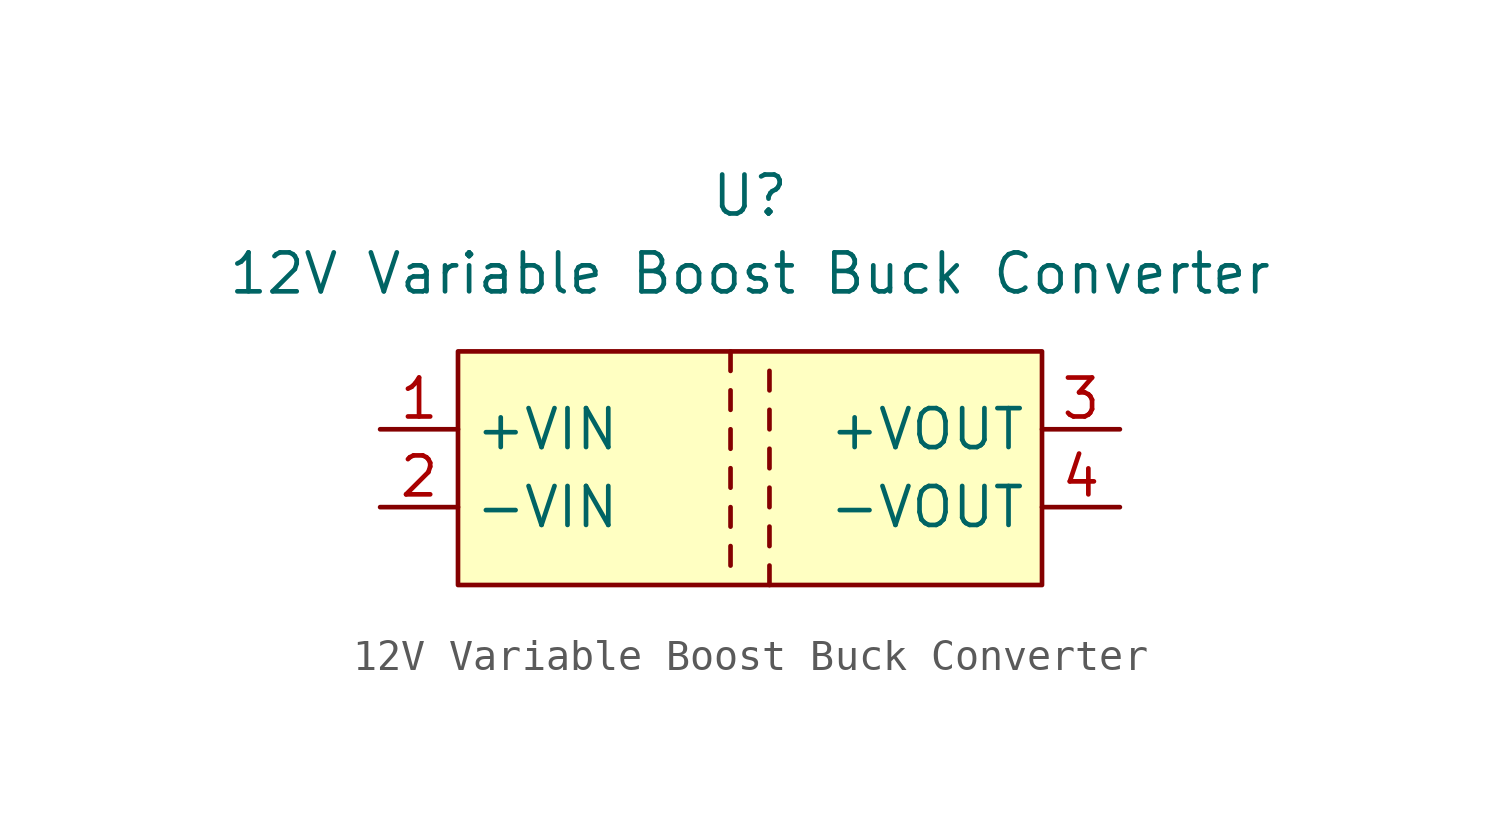
<source format=kicad_sym>
(kicad_symbol_lib
  (version 20220914)
  (generator kicad_symbol_editor)
  (symbol "12V Variable Boost Buck Converter"
    (property "Reference" "U"
      (at 0 5.08 0)
      (effects (font (size 1.27 1.27))))
    (property "Value" "12V Variable Boost Buck Converter"
      (at 0 2.54 0)
      (effects (font (size 1.27 1.27))))
    (symbol "12V Variable Boost Buck Converter_0_1"
      (rectangle (start -9.525 0) (end 9.525 -7.62) (stroke (width 0.152) (type default)) (fill (type background)))
      (polyline (pts (xy -0.635 -6.35) (xy -0.635 -6.985)) (stroke (width 0.152) (type default)) (fill (type none)))
      (polyline (pts (xy -0.635 -5.08) (xy -0.635 -5.715)) (stroke (width 0.152) (type default)) (fill (type none)))
      (polyline (pts (xy -0.635 -3.81) (xy -0.635 -4.445)) (stroke (width 0.152) (type default)) (fill (type none)))
      (polyline (pts (xy -0.635 -2.54) (xy -0.635 -3.175)) (stroke (width 0.152) (type default)) (fill (type none)))
      (polyline (pts (xy -0.635 -1.27) (xy -0.635 -1.905)) (stroke (width 0.152) (type default)) (fill (type none)))
      (polyline (pts (xy -0.635 0) (xy -0.635 -0.635)) (stroke (width 0.152) (type default)) (fill (type none)))
      (polyline (pts (xy 0.635 -6.985) (xy 0.635 -7.62)) (stroke (width 0.152) (type default)) (fill (type none)))
      (polyline (pts (xy 0.635 -5.715) (xy 0.635 -6.35)) (stroke (width 0.152) (type default)) (fill (type none)))
      (polyline (pts (xy 0.635 -4.445) (xy 0.635 -5.08)) (stroke (width 0.152) (type default)) (fill (type none)))
      (polyline (pts (xy 0.635 -3.175) (xy 0.635 -3.81)) (stroke (width 0.152) (type default)) (fill (type none)))
      (polyline (pts (xy 0.635 -1.905) (xy 0.635 -2.54)) (stroke (width 0.152) (type default)) (fill (type none)))
      (polyline (pts (xy 0.635 -0.635) (xy 0.635 -1.27)) (stroke (width 0.152) (type default)) (fill (type none))))
    (symbol "12V Variable Boost Buck Converter_1_1"
      (pin input line (at -12.065 -2.54 0) (length 2.54) (name "+VIN" (effects (font (size 1.27 1.27)))) (number "1" (effects (font (size 1.27 1.27)))))
      (pin input line (at -12.065 -5.08 0) (length 2.54) (name "-VIN" (effects (font (size 1.27 1.27)))) (number "2" (effects (font (size 1.27 1.27)))))
      (pin output line (at 12.065 -2.54 180) (length 2.54) (name "+VOUT" (effects (font (size 1.27 1.27)))) (number "3" (effects (font (size 1.27 1.27)))))
      (pin output line (at 12.065 -5.08 180) (length 2.54) (name "-VOUT" (effects (font (size 1.27 1.27)))) (number "4" (effects (font (size 1.27 1.27))))))))
</source>
